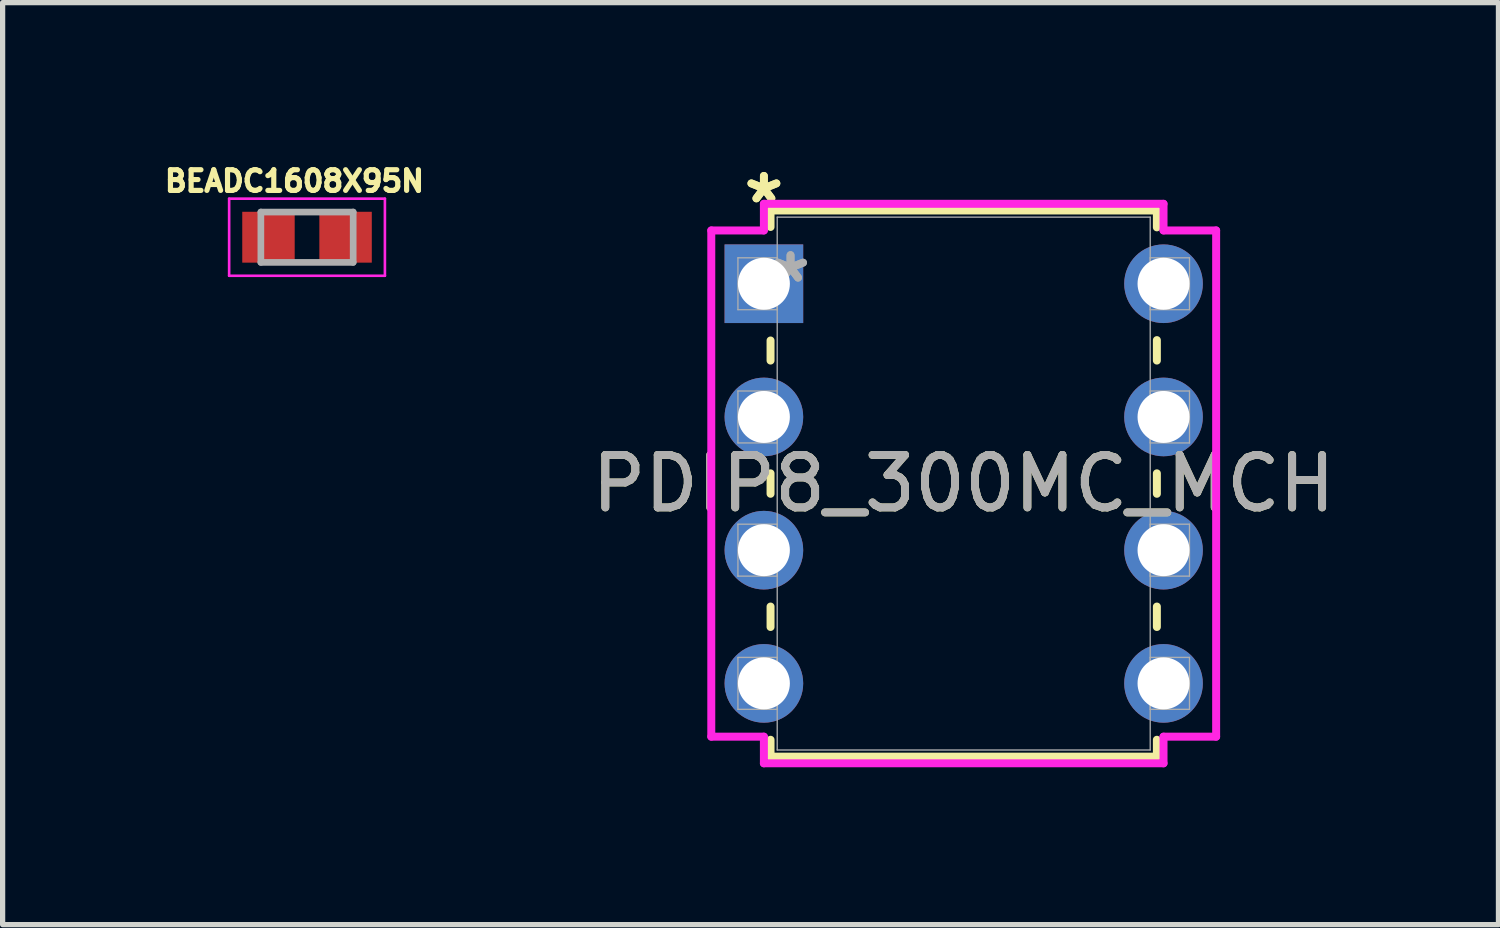
<source format=kicad_pcb>
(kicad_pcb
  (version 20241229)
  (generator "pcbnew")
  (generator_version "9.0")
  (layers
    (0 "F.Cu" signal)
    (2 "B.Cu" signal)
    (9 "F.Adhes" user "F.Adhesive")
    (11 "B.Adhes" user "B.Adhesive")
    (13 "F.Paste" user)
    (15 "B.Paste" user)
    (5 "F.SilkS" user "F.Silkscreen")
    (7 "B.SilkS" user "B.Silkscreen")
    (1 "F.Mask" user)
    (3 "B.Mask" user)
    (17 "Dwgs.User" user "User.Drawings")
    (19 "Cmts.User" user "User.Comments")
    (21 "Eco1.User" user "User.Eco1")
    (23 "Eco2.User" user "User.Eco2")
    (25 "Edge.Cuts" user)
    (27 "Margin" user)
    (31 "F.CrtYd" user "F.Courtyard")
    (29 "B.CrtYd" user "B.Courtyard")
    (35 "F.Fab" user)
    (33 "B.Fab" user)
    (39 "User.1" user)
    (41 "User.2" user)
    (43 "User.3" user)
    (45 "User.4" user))
  (footprint "PDIP8_300MC_MCH"
    (layer "F.Cu")
    (at 11.515 2.36)
    (property "Reference" "PDIP8_300MC_MCH" (at 3.81 3.81 0) (unlocked yes) (layer "F.SilkS") (effects (font (size 1 1) (thickness 0.15))))
    (attr through_hole)
    (fp_line (start 0.127 -1.397) (end 0.127 -1.082) (stroke (width 0.152) (type solid)) (layer "F.SilkS"))
    (fp_line (start 0.127 1.082) (end 0.127 1.465) (stroke (width 0.152) (type solid)) (layer "F.SilkS"))
    (fp_line (start 0.127 3.615) (end 0.127 4.005) (stroke (width 0.152) (type solid)) (layer "F.SilkS"))
    (fp_line (start 0.127 6.155) (end 0.127 6.545) (stroke (width 0.152) (type solid)) (layer "F.SilkS"))
    (fp_line (start 0.127 8.695) (end 0.127 9.017) (stroke (width 0.152) (type solid)) (layer "F.SilkS"))
    (fp_line (start 0.127 9.017) (end 7.493 9.017) (stroke (width 0.152) (type solid)) (layer "F.SilkS"))
    (fp_line (start 7.493 -1.397) (end 0.127 -1.397) (stroke (width 0.152) (type solid)) (layer "F.SilkS"))
    (fp_line (start 7.493 -1.075) (end 7.493 -1.397) (stroke (width 0.152) (type solid)) (layer "F.SilkS"))
    (fp_line (start 7.493 1.465) (end 7.493 1.075) (stroke (width 0.152) (type solid)) (layer "F.SilkS"))
    (fp_line (start 7.493 4.005) (end 7.493 3.615) (stroke (width 0.152) (type solid)) (layer "F.SilkS"))
    (fp_line (start 7.493 6.545) (end 7.493 6.155) (stroke (width 0.152) (type solid)) (layer "F.SilkS"))
    (fp_line (start 7.493 9.017) (end 7.493 8.695) (stroke (width 0.152) (type solid)) (layer "F.SilkS"))
    (fp_line (start -1.003 -1.016) (end 0 -1.016) (stroke (width 0.152) (type solid)) (layer "F.CrtYd"))
    (fp_line (start -1.003 8.636) (end -1.003 -1.016) (stroke (width 0.152) (type solid)) (layer "F.CrtYd"))
    (fp_line (start 0 -1.524) (end 7.62 -1.524) (stroke (width 0.152) (type solid)) (layer "F.CrtYd"))
    (fp_line (start 0 -1.016) (end 0 -1.524) (stroke (width 0.152) (type solid)) (layer "F.CrtYd"))
    (fp_line (start 0 8.636) (end -1.003 8.636) (stroke (width 0.152) (type solid)) (layer "F.CrtYd"))
    (fp_line (start 0 9.144) (end 0 8.636) (stroke (width 0.152) (type solid)) (layer "F.CrtYd"))
    (fp_line (start 7.62 -1.524) (end 7.62 -1.016) (stroke (width 0.152) (type solid)) (layer "F.CrtYd"))
    (fp_line (start 7.62 8.636) (end 7.62 9.144) (stroke (width 0.152) (type solid)) (layer "F.CrtYd"))
    (fp_line (start 7.62 9.144) (end 0 9.144) (stroke (width 0.152) (type solid)) (layer "F.CrtYd"))
    (fp_line (start 8.623 -1.016) (end 7.62 -1.016) (stroke (width 0.152) (type solid)) (layer "F.CrtYd"))
    (fp_line (start 8.623 -1.016) (end 8.623 8.636) (stroke (width 0.152) (type solid)) (layer "F.CrtYd"))
    (fp_line (start 8.623 8.636) (end 7.62 8.636) (stroke (width 0.152) (type solid)) (layer "F.CrtYd"))
    (fp_line (start -0.495 -0.495) (end -0.495 0.495) (stroke (width 0.025) (type solid)) (layer "F.Fab"))
    (fp_line (start -0.495 0.495) (end 0.254 0.495) (stroke (width 0.025) (type solid)) (layer "F.Fab"))
    (fp_line (start -0.495 2.045) (end -0.495 3.035) (stroke (width 0.025) (type solid)) (layer "F.Fab"))
    (fp_line (start -0.495 3.035) (end 0.254 3.035) (stroke (width 0.025) (type solid)) (layer "F.Fab"))
    (fp_line (start -0.495 4.585) (end -0.495 5.575) (stroke (width 0.025) (type solid)) (layer "F.Fab"))
    (fp_line (start -0.495 5.575) (end 0.254 5.575) (stroke (width 0.025) (type solid)) (layer "F.Fab"))
    (fp_line (start -0.495 7.125) (end -0.495 8.115) (stroke (width 0.025) (type solid)) (layer "F.Fab"))
    (fp_line (start -0.495 8.115) (end 0.254 8.115) (stroke (width 0.025) (type solid)) (layer "F.Fab"))
    (fp_line (start 0.254 -1.27) (end 0.254 8.89) (stroke (width 0.025) (type solid)) (layer "F.Fab"))
    (fp_line (start 0.254 -0.495) (end -0.495 -0.495) (stroke (width 0.025) (type solid)) (layer "F.Fab"))
    (fp_line (start 0.254 0.495) (end 0.254 -0.495) (stroke (width 0.025) (type solid)) (layer "F.Fab"))
    (fp_line (start 0.254 2.045) (end -0.495 2.045) (stroke (width 0.025) (type solid)) (layer "F.Fab"))
    (fp_line (start 0.254 3.035) (end 0.254 2.045) (stroke (width 0.025) (type solid)) (layer "F.Fab"))
    (fp_line (start 0.254 4.585) (end -0.495 4.585) (stroke (width 0.025) (type solid)) (layer "F.Fab"))
    (fp_line (start 0.254 5.575) (end 0.254 4.585) (stroke (width 0.025) (type solid)) (layer "F.Fab"))
    (fp_line (start 0.254 7.125) (end -0.495 7.125) (stroke (width 0.025) (type solid)) (layer "F.Fab"))
    (fp_line (start 0.254 8.115) (end 0.254 7.125) (stroke (width 0.025) (type solid)) (layer "F.Fab"))
    (fp_line (start 0.254 8.89) (end 7.366 8.89) (stroke (width 0.025) (type solid)) (layer "F.Fab"))
    (fp_line (start 7.366 -1.27) (end 0.254 -1.27) (stroke (width 0.025) (type solid)) (layer "F.Fab"))
    (fp_line (start 7.366 -0.495) (end 7.366 0.495) (stroke (width 0.025) (type solid)) (layer "F.Fab"))
    (fp_line (start 7.366 0.495) (end 8.115 0.495) (stroke (width 0.025) (type solid)) (layer "F.Fab"))
    (fp_line (start 7.366 2.045) (end 7.366 3.035) (stroke (width 0.025) (type solid)) (layer "F.Fab"))
    (fp_line (start 7.366 3.035) (end 8.115 3.035) (stroke (width 0.025) (type solid)) (layer "F.Fab"))
    (fp_line (start 7.366 4.585) (end 7.366 5.575) (stroke (width 0.025) (type solid)) (layer "F.Fab"))
    (fp_line (start 7.366 5.575) (end 8.115 5.575) (stroke (width 0.025) (type solid)) (layer "F.Fab"))
    (fp_line (start 7.366 7.125) (end 7.366 8.115) (stroke (width 0.025) (type solid)) (layer "F.Fab"))
    (fp_line (start 7.366 8.115) (end 8.115 8.115) (stroke (width 0.025) (type solid)) (layer "F.Fab"))
    (fp_line (start 7.366 8.89) (end 7.366 -1.27) (stroke (width 0.025) (type solid)) (layer "F.Fab"))
    (fp_line (start 8.115 -0.495) (end 7.366 -0.495) (stroke (width 0.025) (type solid)) (layer "F.Fab"))
    (fp_line (start 8.115 0.495) (end 8.115 -0.495) (stroke (width 0.025) (type solid)) (layer "F.Fab"))
    (fp_line (start 8.115 2.045) (end 7.366 2.045) (stroke (width 0.025) (type solid)) (layer "F.Fab"))
    (fp_line (start 8.115 3.035) (end 8.115 2.045) (stroke (width 0.025) (type solid)) (layer "F.Fab"))
    (fp_line (start 8.115 4.585) (end 7.366 4.585) (stroke (width 0.025) (type solid)) (layer "F.Fab"))
    (fp_line (start 8.115 5.575) (end 8.115 4.585) (stroke (width 0.025) (type solid)) (layer "F.Fab"))
    (fp_line (start 8.115 7.125) (end 7.366 7.125) (stroke (width 0.025) (type solid)) (layer "F.Fab"))
    (fp_line (start 8.115 8.115) (end 8.115 7.125) (stroke (width 0.025) (type solid)) (layer "F.Fab"))
    (fp_text user "*" (at 0 -1.511 0) (unlocked yes) (layer "F.SilkS") (effects (font (size 1 1) (thickness 0.15))))
    (fp_text user "*" (at 0 -1.511 0) (layer "F.SilkS") (effects (font (size 1 1) (thickness 0.15))))
    (fp_text user "${REFERENCE}" (at 3.81 3.81 0) (unlocked yes) (layer "F.Fab") (effects (font (size 1 1) (thickness 0.15))))
    (fp_text user "*" (at 0.508 0 0) (layer "F.Fab") (effects (font (size 1 1) (thickness 0.15))))
    (fp_text user "*" (at 0.508 0 0) (unlocked yes) (layer "F.Fab") (effects (font (size 1 1) (thickness 0.15))))
    (pad "1" thru_hole rect (at 0 0) (size 1.499 1.499) (drill 0.991) (layers "*.Cu" "*.Mask"))
    (pad "2" thru_hole circle (at 0 2.54) (size 1.499 1.499) (drill 0.991) (layers "*.Cu" "*.Mask"))
    (pad "3" thru_hole circle (at 0 5.08) (size 1.499 1.499) (drill 0.991) (layers "*.Cu" "*.Mask"))
    (pad "4" thru_hole circle (at 0 7.62) (size 1.499 1.499) (drill 0.991) (layers "*.Cu" "*.Mask"))
    (pad "5" thru_hole circle (at 7.62 7.62) (size 1.499 1.499) (drill 0.991) (layers "*.Cu" "*.Mask"))
    (pad "6" thru_hole circle (at 7.62 5.08) (size 1.499 1.499) (drill 0.991) (layers "*.Cu" "*.Mask"))
    (pad "7" thru_hole circle (at 7.62 2.54) (size 1.499 1.499) (drill 0.991) (layers "*.Cu" "*.Mask"))
    (pad "8" thru_hole circle (at 7.62 0) (size 1.499 1.499) (drill 0.991) (layers "*.Cu" "*.Mask")))
  (footprint "BEADC1608X95N"
    (layer "F.Cu")
    (at 2.804 1.473)
    (property "Reference" "BEADC1608X95N" (at -0.24 -1.07 0) (layer "F.SilkS") (effects (font (size 0.394 0.394) (thickness 0.15))))
    (attr smd)
    (fp_line (start -1.485 -0.735) (end 1.485 -0.735) (stroke (width 0.05) (type solid)) (layer "F.CrtYd"))
    (fp_line (start -1.485 0.735) (end -1.485 -0.735) (stroke (width 0.05) (type solid)) (layer "F.CrtYd"))
    (fp_line (start -1.485 0.735) (end 1.485 0.735) (stroke (width 0.05) (type solid)) (layer "F.CrtYd"))
    (fp_line (start 1.485 0.735) (end 1.485 -0.735) (stroke (width 0.05) (type solid)) (layer "F.CrtYd"))
    (fp_line (start -0.88 0.48) (end -0.88 -0.48) (stroke (width 0.127) (type solid)) (layer "F.Fab"))
    (fp_line (start 0.88 -0.48) (end -0.88 -0.48) (stroke (width 0.127) (type solid)) (layer "F.Fab"))
    (fp_line (start 0.88 0.48) (end -0.88 0.48) (stroke (width 0.127) (type solid)) (layer "F.Fab"))
    (fp_line (start 0.88 0.48) (end 0.88 -0.48) (stroke (width 0.127) (type solid)) (layer "F.Fab"))
    (pad "1" smd rect (at -0.735 0) (size 1 0.97) (layers "F.Cu" "F.Mask" "F.Paste"))
    (pad "2" smd rect (at 0.735 0) (size 1 0.97) (layers "F.Cu" "F.Mask" "F.Paste")))
  (gr_rect
    (start -3 -3)
    (end 25.521 14.58)
    (stroke (width 0.1) (type default))
    (fill no)
    (layer "Edge.Cuts")))
</source>
